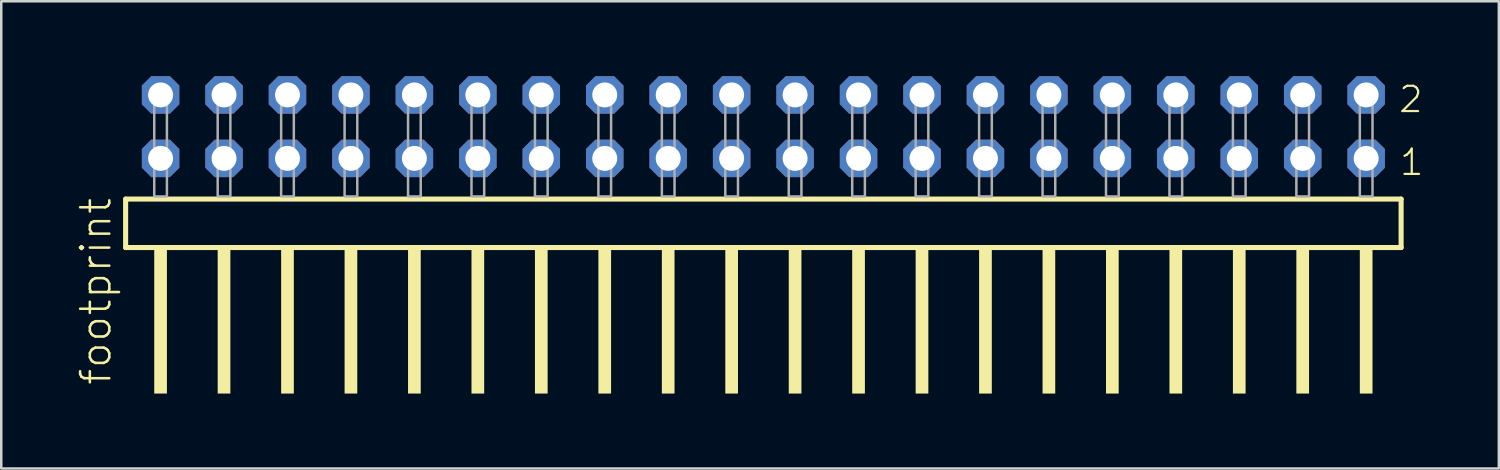
<source format=kicad_pcb>
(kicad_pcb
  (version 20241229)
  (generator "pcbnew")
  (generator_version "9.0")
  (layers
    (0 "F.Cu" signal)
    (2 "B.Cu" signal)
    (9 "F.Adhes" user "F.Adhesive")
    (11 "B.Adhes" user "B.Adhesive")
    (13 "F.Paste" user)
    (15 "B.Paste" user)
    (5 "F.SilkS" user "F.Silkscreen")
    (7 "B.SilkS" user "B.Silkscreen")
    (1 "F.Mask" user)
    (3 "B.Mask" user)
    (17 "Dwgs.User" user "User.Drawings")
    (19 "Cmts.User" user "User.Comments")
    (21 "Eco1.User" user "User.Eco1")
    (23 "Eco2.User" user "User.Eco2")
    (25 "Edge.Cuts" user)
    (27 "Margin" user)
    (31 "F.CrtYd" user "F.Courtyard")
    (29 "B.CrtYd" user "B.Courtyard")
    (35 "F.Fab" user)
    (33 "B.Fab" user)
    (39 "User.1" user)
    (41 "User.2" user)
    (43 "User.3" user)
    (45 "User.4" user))
  (footprint "footprint"
    (layer "F.Cu")
    (at 27.508 4.814)
    (property "Reference" "footprint" (at -26.035 7.62 90) (layer "F.SilkS") (effects (font (size 1.168 1.168) (thickness 0.102)) (justify left bottom)))
    (fp_line (start -25.529 0.106) (end -25.529 2.046) (stroke (width 0.203) (type solid)) (layer "F.SilkS"))
    (fp_line (start -25.529 2.046) (end 25.529 2.046) (stroke (width 0.203) (type solid)) (layer "F.SilkS"))
    (fp_line (start 25.529 0.106) (end -25.529 0.106) (stroke (width 0.203) (type solid)) (layer "F.SilkS"))
    (fp_line (start 25.529 2.046) (end 25.529 0.106) (stroke (width 0.203) (type solid)) (layer "F.SilkS"))
    (fp_poly (pts (xy -24.384 7.89) (xy -23.876 7.89) (xy -23.876 2.04) (xy -24.384 2.04)) (stroke (width 0) (type solid)) (fill yes) (layer "F.SilkS"))
    (fp_poly (pts (xy -21.844 7.89) (xy -21.336 7.89) (xy -21.336 2.04) (xy -21.844 2.04)) (stroke (width 0) (type solid)) (fill yes) (layer "F.SilkS"))
    (fp_poly (pts (xy -19.304 7.89) (xy -18.796 7.89) (xy -18.796 2.04) (xy -19.304 2.04)) (stroke (width 0) (type solid)) (fill yes) (layer "F.SilkS"))
    (fp_poly (pts (xy -16.764 7.89) (xy -16.256 7.89) (xy -16.256 2.04) (xy -16.764 2.04)) (stroke (width 0) (type solid)) (fill yes) (layer "F.SilkS"))
    (fp_poly (pts (xy -14.224 7.89) (xy -13.716 7.89) (xy -13.716 2.04) (xy -14.224 2.04)) (stroke (width 0) (type solid)) (fill yes) (layer "F.SilkS"))
    (fp_poly (pts (xy -11.684 7.89) (xy -11.176 7.89) (xy -11.176 2.04) (xy -11.684 2.04)) (stroke (width 0) (type solid)) (fill yes) (layer "F.SilkS"))
    (fp_poly (pts (xy -9.144 7.89) (xy -8.636 7.89) (xy -8.636 2.04) (xy -9.144 2.04)) (stroke (width 0) (type solid)) (fill yes) (layer "F.SilkS"))
    (fp_poly (pts (xy -6.604 7.89) (xy -6.096 7.89) (xy -6.096 2.04) (xy -6.604 2.04)) (stroke (width 0) (type solid)) (fill yes) (layer "F.SilkS"))
    (fp_poly (pts (xy -4.064 7.89) (xy -3.556 7.89) (xy -3.556 2.04) (xy -4.064 2.04)) (stroke (width 0) (type solid)) (fill yes) (layer "F.SilkS"))
    (fp_poly (pts (xy -1.524 7.89) (xy -1.016 7.89) (xy -1.016 2.04) (xy -1.524 2.04)) (stroke (width 0) (type solid)) (fill yes) (layer "F.SilkS"))
    (fp_poly (pts (xy 1.016 7.89) (xy 1.524 7.89) (xy 1.524 2.04) (xy 1.016 2.04)) (stroke (width 0) (type solid)) (fill yes) (layer "F.SilkS"))
    (fp_poly (pts (xy 3.556 7.89) (xy 4.064 7.89) (xy 4.064 2.04) (xy 3.556 2.04)) (stroke (width 0) (type solid)) (fill yes) (layer "F.SilkS"))
    (fp_poly (pts (xy 6.096 7.89) (xy 6.604 7.89) (xy 6.604 2.04) (xy 6.096 2.04)) (stroke (width 0) (type solid)) (fill yes) (layer "F.SilkS"))
    (fp_poly (pts (xy 8.636 7.89) (xy 9.144 7.89) (xy 9.144 2.04) (xy 8.636 2.04)) (stroke (width 0) (type solid)) (fill yes) (layer "F.SilkS"))
    (fp_poly (pts (xy 11.176 7.89) (xy 11.684 7.89) (xy 11.684 2.04) (xy 11.176 2.04)) (stroke (width 0) (type solid)) (fill yes) (layer "F.SilkS"))
    (fp_poly (pts (xy 13.716 7.89) (xy 14.224 7.89) (xy 14.224 2.04) (xy 13.716 2.04)) (stroke (width 0) (type solid)) (fill yes) (layer "F.SilkS"))
    (fp_poly (pts (xy 16.256 7.89) (xy 16.764 7.89) (xy 16.764 2.04) (xy 16.256 2.04)) (stroke (width 0) (type solid)) (fill yes) (layer "F.SilkS"))
    (fp_poly (pts (xy 18.796 7.89) (xy 19.304 7.89) (xy 19.304 2.04) (xy 18.796 2.04)) (stroke (width 0) (type solid)) (fill yes) (layer "F.SilkS"))
    (fp_poly (pts (xy 21.336 7.89) (xy 21.844 7.89) (xy 21.844 2.04) (xy 21.336 2.04)) (stroke (width 0) (type solid)) (fill yes) (layer "F.SilkS"))
    (fp_poly (pts (xy 23.876 7.89) (xy 24.384 7.89) (xy 24.384 2.04) (xy 23.876 2.04)) (stroke (width 0) (type solid)) (fill yes) (layer "F.SilkS"))
    (fp_poly (pts (xy -24.384 0) (xy -23.876 0) (xy -23.876 -4.318) (xy -24.384 -4.318)) (stroke (width 0.1) (type solid)) (fill no) (layer "F.Fab"))
    (fp_poly (pts (xy -21.844 0) (xy -21.336 0) (xy -21.336 -4.318) (xy -21.844 -4.318)) (stroke (width 0.1) (type solid)) (fill no) (layer "F.Fab"))
    (fp_poly (pts (xy -19.304 0) (xy -18.796 0) (xy -18.796 -4.318) (xy -19.304 -4.318)) (stroke (width 0.1) (type solid)) (fill no) (layer "F.Fab"))
    (fp_poly (pts (xy -16.764 0) (xy -16.256 0) (xy -16.256 -4.318) (xy -16.764 -4.318)) (stroke (width 0.1) (type solid)) (fill no) (layer "F.Fab"))
    (fp_poly (pts (xy -14.224 0) (xy -13.716 0) (xy -13.716 -4.318) (xy -14.224 -4.318)) (stroke (width 0.1) (type solid)) (fill no) (layer "F.Fab"))
    (fp_poly (pts (xy -11.684 0) (xy -11.176 0) (xy -11.176 -4.318) (xy -11.684 -4.318)) (stroke (width 0.1) (type solid)) (fill no) (layer "F.Fab"))
    (fp_poly (pts (xy -9.144 0) (xy -8.636 0) (xy -8.636 -4.318) (xy -9.144 -4.318)) (stroke (width 0.1) (type solid)) (fill no) (layer "F.Fab"))
    (fp_poly (pts (xy -6.604 0) (xy -6.096 0) (xy -6.096 -4.318) (xy -6.604 -4.318)) (stroke (width 0.1) (type solid)) (fill no) (layer "F.Fab"))
    (fp_poly (pts (xy -4.064 0) (xy -3.556 0) (xy -3.556 -4.318) (xy -4.064 -4.318)) (stroke (width 0.1) (type solid)) (fill no) (layer "F.Fab"))
    (fp_poly (pts (xy -1.524 0) (xy -1.016 0) (xy -1.016 -4.318) (xy -1.524 -4.318)) (stroke (width 0.1) (type solid)) (fill no) (layer "F.Fab"))
    (fp_poly (pts (xy 1.016 0) (xy 1.524 0) (xy 1.524 -4.318) (xy 1.016 -4.318)) (stroke (width 0.1) (type solid)) (fill no) (layer "F.Fab"))
    (fp_poly (pts (xy 3.556 0) (xy 4.064 0) (xy 4.064 -4.318) (xy 3.556 -4.318)) (stroke (width 0.1) (type solid)) (fill no) (layer "F.Fab"))
    (fp_poly (pts (xy 6.096 0) (xy 6.604 0) (xy 6.604 -4.318) (xy 6.096 -4.318)) (stroke (width 0.1) (type solid)) (fill no) (layer "F.Fab"))
    (fp_poly (pts (xy 8.636 0) (xy 9.144 0) (xy 9.144 -4.318) (xy 8.636 -4.318)) (stroke (width 0.1) (type solid)) (fill no) (layer "F.Fab"))
    (fp_poly (pts (xy 11.176 0) (xy 11.684 0) (xy 11.684 -4.318) (xy 11.176 -4.318)) (stroke (width 0.1) (type solid)) (fill no) (layer "F.Fab"))
    (fp_poly (pts (xy 13.716 0) (xy 14.224 0) (xy 14.224 -4.318) (xy 13.716 -4.318)) (stroke (width 0.1) (type solid)) (fill no) (layer "F.Fab"))
    (fp_poly (pts (xy 16.256 0) (xy 16.764 0) (xy 16.764 -4.318) (xy 16.256 -4.318)) (stroke (width 0.1) (type solid)) (fill no) (layer "F.Fab"))
    (fp_poly (pts (xy 18.796 0) (xy 19.304 0) (xy 19.304 -4.318) (xy 18.796 -4.318)) (stroke (width 0.1) (type solid)) (fill no) (layer "F.Fab"))
    (fp_poly (pts (xy 21.336 0) (xy 21.844 0) (xy 21.844 -4.318) (xy 21.336 -4.318)) (stroke (width 0.1) (type solid)) (fill no) (layer "F.Fab"))
    (fp_poly (pts (xy 23.876 0) (xy 24.384 0) (xy 24.384 -4.318) (xy 23.876 -4.318)) (stroke (width 0.1) (type solid)) (fill no) (layer "F.Fab"))
    (fp_text user "1" (at 25.415 -0.775 0) (layer "F.SilkS") (effects (font (size 1.012 1.012) (thickness 0.088)) (justify left bottom)))
    (fp_text user "2" (at 25.38 -3.29 0) (layer "F.SilkS") (effects (font (size 1.012 1.012) (thickness 0.088)) (justify left bottom)))
    (pad "1" thru_hole roundrect (at 24.13 -1.524 180) (size 1.5 1.5) (drill 1) (layers "*.Cu" "*.Mask") (roundrect_rratio 0.25) (chamfer_ratio 0.25) (chamfer top_left top_right bottom_left bottom_right))
    (pad "2" thru_hole roundrect (at 24.13 -4.064 180) (size 1.5 1.5) (drill 1) (layers "*.Cu" "*.Mask") (roundrect_rratio 0.25) (chamfer_ratio 0.25) (chamfer top_left top_right bottom_left bottom_right))
    (pad "3" thru_hole roundrect (at 21.59 -1.524 180) (size 1.5 1.5) (drill 1) (layers "*.Cu" "*.Mask") (roundrect_rratio 0.25) (chamfer_ratio 0.25) (chamfer top_left top_right bottom_left bottom_right))
    (pad "4" thru_hole roundrect (at 21.59 -4.064 180) (size 1.5 1.5) (drill 1) (layers "*.Cu" "*.Mask") (roundrect_rratio 0.25) (chamfer_ratio 0.25) (chamfer top_left top_right bottom_left bottom_right))
    (pad "5" thru_hole roundrect (at 19.05 -1.524 180) (size 1.5 1.5) (drill 1) (layers "*.Cu" "*.Mask") (roundrect_rratio 0.25) (chamfer_ratio 0.25) (chamfer top_left top_right bottom_left bottom_right))
    (pad "6" thru_hole roundrect (at 19.05 -4.064 180) (size 1.5 1.5) (drill 1) (layers "*.Cu" "*.Mask") (roundrect_rratio 0.25) (chamfer_ratio 0.25) (chamfer top_left top_right bottom_left bottom_right))
    (pad "7" thru_hole roundrect (at 16.51 -1.524 180) (size 1.5 1.5) (drill 1) (layers "*.Cu" "*.Mask") (roundrect_rratio 0.25) (chamfer_ratio 0.25) (chamfer top_left top_right bottom_left bottom_right))
    (pad "8" thru_hole roundrect (at 16.51 -4.064 180) (size 1.5 1.5) (drill 1) (layers "*.Cu" "*.Mask") (roundrect_rratio 0.25) (chamfer_ratio 0.25) (chamfer top_left top_right bottom_left bottom_right))
    (pad "9" thru_hole roundrect (at 13.97 -1.524 180) (size 1.5 1.5) (drill 1) (layers "*.Cu" "*.Mask") (roundrect_rratio 0.25) (chamfer_ratio 0.25) (chamfer top_left top_right bottom_left bottom_right))
    (pad "10" thru_hole roundrect (at 13.97 -4.064 180) (size 1.5 1.5) (drill 1) (layers "*.Cu" "*.Mask") (roundrect_rratio 0.25) (chamfer_ratio 0.25) (chamfer top_left top_right bottom_left bottom_right))
    (pad "11" thru_hole roundrect (at 11.43 -1.524 180) (size 1.5 1.5) (drill 1) (layers "*.Cu" "*.Mask") (roundrect_rratio 0.25) (chamfer_ratio 0.25) (chamfer top_left top_right bottom_left bottom_right))
    (pad "12" thru_hole roundrect (at 11.43 -4.064 180) (size 1.5 1.5) (drill 1) (layers "*.Cu" "*.Mask") (roundrect_rratio 0.25) (chamfer_ratio 0.25) (chamfer top_left top_right bottom_left bottom_right))
    (pad "13" thru_hole roundrect (at 8.89 -1.524 180) (size 1.5 1.5) (drill 1) (layers "*.Cu" "*.Mask") (roundrect_rratio 0.25) (chamfer_ratio 0.25) (chamfer top_left top_right bottom_left bottom_right))
    (pad "14" thru_hole roundrect (at 8.89 -4.064 180) (size 1.5 1.5) (drill 1) (layers "*.Cu" "*.Mask") (roundrect_rratio 0.25) (chamfer_ratio 0.25) (chamfer top_left top_right bottom_left bottom_right))
    (pad "15" thru_hole roundrect (at 6.35 -1.524 180) (size 1.5 1.5) (drill 1) (layers "*.Cu" "*.Mask") (roundrect_rratio 0.25) (chamfer_ratio 0.25) (chamfer top_left top_right bottom_left bottom_right))
    (pad "16" thru_hole roundrect (at 6.35 -4.064 180) (size 1.5 1.5) (drill 1) (layers "*.Cu" "*.Mask") (roundrect_rratio 0.25) (chamfer_ratio 0.25) (chamfer top_left top_right bottom_left bottom_right))
    (pad "17" thru_hole roundrect (at 3.81 -1.524 180) (size 1.5 1.5) (drill 1) (layers "*.Cu" "*.Mask") (roundrect_rratio 0.25) (chamfer_ratio 0.25) (chamfer top_left top_right bottom_left bottom_right))
    (pad "18" thru_hole roundrect (at 3.81 -4.064 180) (size 1.5 1.5) (drill 1) (layers "*.Cu" "*.Mask") (roundrect_rratio 0.25) (chamfer_ratio 0.25) (chamfer top_left top_right bottom_left bottom_right))
    (pad "19" thru_hole roundrect (at 1.27 -1.524 180) (size 1.5 1.5) (drill 1) (layers "*.Cu" "*.Mask") (roundrect_rratio 0.25) (chamfer_ratio 0.25) (chamfer top_left top_right bottom_left bottom_right))
    (pad "20" thru_hole roundrect (at 1.27 -4.064 180) (size 1.5 1.5) (drill 1) (layers "*.Cu" "*.Mask") (roundrect_rratio 0.25) (chamfer_ratio 0.25) (chamfer top_left top_right bottom_left bottom_right))
    (pad "21" thru_hole roundrect (at -1.27 -1.524 180) (size 1.5 1.5) (drill 1) (layers "*.Cu" "*.Mask") (roundrect_rratio 0.25) (chamfer_ratio 0.25) (chamfer top_left top_right bottom_left bottom_right))
    (pad "22" thru_hole roundrect (at -1.27 -4.064 180) (size 1.5 1.5) (drill 1) (layers "*.Cu" "*.Mask") (roundrect_rratio 0.25) (chamfer_ratio 0.25) (chamfer top_left top_right bottom_left bottom_right))
    (pad "23" thru_hole roundrect (at -3.81 -1.524 180) (size 1.5 1.5) (drill 1) (layers "*.Cu" "*.Mask") (roundrect_rratio 0.25) (chamfer_ratio 0.25) (chamfer top_left top_right bottom_left bottom_right))
    (pad "24" thru_hole roundrect (at -3.81 -4.064 180) (size 1.5 1.5) (drill 1) (layers "*.Cu" "*.Mask") (roundrect_rratio 0.25) (chamfer_ratio 0.25) (chamfer top_left top_right bottom_left bottom_right))
    (pad "25" thru_hole roundrect (at -6.35 -1.524 180) (size 1.5 1.5) (drill 1) (layers "*.Cu" "*.Mask") (roundrect_rratio 0.25) (chamfer_ratio 0.25) (chamfer top_left top_right bottom_left bottom_right))
    (pad "26" thru_hole roundrect (at -6.35 -4.064 180) (size 1.5 1.5) (drill 1) (layers "*.Cu" "*.Mask") (roundrect_rratio 0.25) (chamfer_ratio 0.25) (chamfer top_left top_right bottom_left bottom_right))
    (pad "27" thru_hole roundrect (at -8.89 -1.524 180) (size 1.5 1.5) (drill 1) (layers "*.Cu" "*.Mask") (roundrect_rratio 0.25) (chamfer_ratio 0.25) (chamfer top_left top_right bottom_left bottom_right))
    (pad "28" thru_hole roundrect (at -8.89 -4.064 180) (size 1.5 1.5) (drill 1) (layers "*.Cu" "*.Mask") (roundrect_rratio 0.25) (chamfer_ratio 0.25) (chamfer top_left top_right bottom_left bottom_right))
    (pad "29" thru_hole roundrect (at -11.43 -1.524 180) (size 1.5 1.5) (drill 1) (layers "*.Cu" "*.Mask") (roundrect_rratio 0.25) (chamfer_ratio 0.25) (chamfer top_left top_right bottom_left bottom_right))
    (pad "30" thru_hole roundrect (at -11.43 -4.064 180) (size 1.5 1.5) (drill 1) (layers "*.Cu" "*.Mask") (roundrect_rratio 0.25) (chamfer_ratio 0.25) (chamfer top_left top_right bottom_left bottom_right))
    (pad "31" thru_hole roundrect (at -13.97 -1.524 180) (size 1.5 1.5) (drill 1) (layers "*.Cu" "*.Mask") (roundrect_rratio 0.25) (chamfer_ratio 0.25) (chamfer top_left top_right bottom_left bottom_right))
    (pad "32" thru_hole roundrect (at -13.97 -4.064 180) (size 1.5 1.5) (drill 1) (layers "*.Cu" "*.Mask") (roundrect_rratio 0.25) (chamfer_ratio 0.25) (chamfer top_left top_right bottom_left bottom_right))
    (pad "33" thru_hole roundrect (at -16.51 -1.524 180) (size 1.5 1.5) (drill 1) (layers "*.Cu" "*.Mask") (roundrect_rratio 0.25) (chamfer_ratio 0.25) (chamfer top_left top_right bottom_left bottom_right))
    (pad "34" thru_hole roundrect (at -16.51 -4.064 180) (size 1.5 1.5) (drill 1) (layers "*.Cu" "*.Mask") (roundrect_rratio 0.25) (chamfer_ratio 0.25) (chamfer top_left top_right bottom_left bottom_right))
    (pad "35" thru_hole roundrect (at -19.05 -1.524 180) (size 1.5 1.5) (drill 1) (layers "*.Cu" "*.Mask") (roundrect_rratio 0.25) (chamfer_ratio 0.25) (chamfer top_left top_right bottom_left bottom_right))
    (pad "36" thru_hole roundrect (at -19.05 -4.064 180) (size 1.5 1.5) (drill 1) (layers "*.Cu" "*.Mask") (roundrect_rratio 0.25) (chamfer_ratio 0.25) (chamfer top_left top_right bottom_left bottom_right))
    (pad "37" thru_hole roundrect (at -21.59 -1.524 180) (size 1.5 1.5) (drill 1) (layers "*.Cu" "*.Mask") (roundrect_rratio 0.25) (chamfer_ratio 0.25) (chamfer top_left top_right bottom_left bottom_right))
    (pad "38" thru_hole roundrect (at -21.59 -4.064 180) (size 1.5 1.5) (drill 1) (layers "*.Cu" "*.Mask") (roundrect_rratio 0.25) (chamfer_ratio 0.25) (chamfer top_left top_right bottom_left bottom_right))
    (pad "39" thru_hole roundrect (at -24.13 -1.524 180) (size 1.5 1.5) (drill 1) (layers "*.Cu" "*.Mask") (roundrect_rratio 0.25) (chamfer_ratio 0.25) (chamfer top_left top_right bottom_left bottom_right))
    (pad "40" thru_hole roundrect (at -24.13 -4.064 180) (size 1.5 1.5) (drill 1) (layers "*.Cu" "*.Mask") (roundrect_rratio 0.25) (chamfer_ratio 0.25) (chamfer top_left top_right bottom_left bottom_right)))
  (gr_rect
    (start -3 -3)
    (end 56.949 15.704)
    (stroke (width 0.1) (type default))
    (fill no)
    (layer "Edge.Cuts")))
</source>
